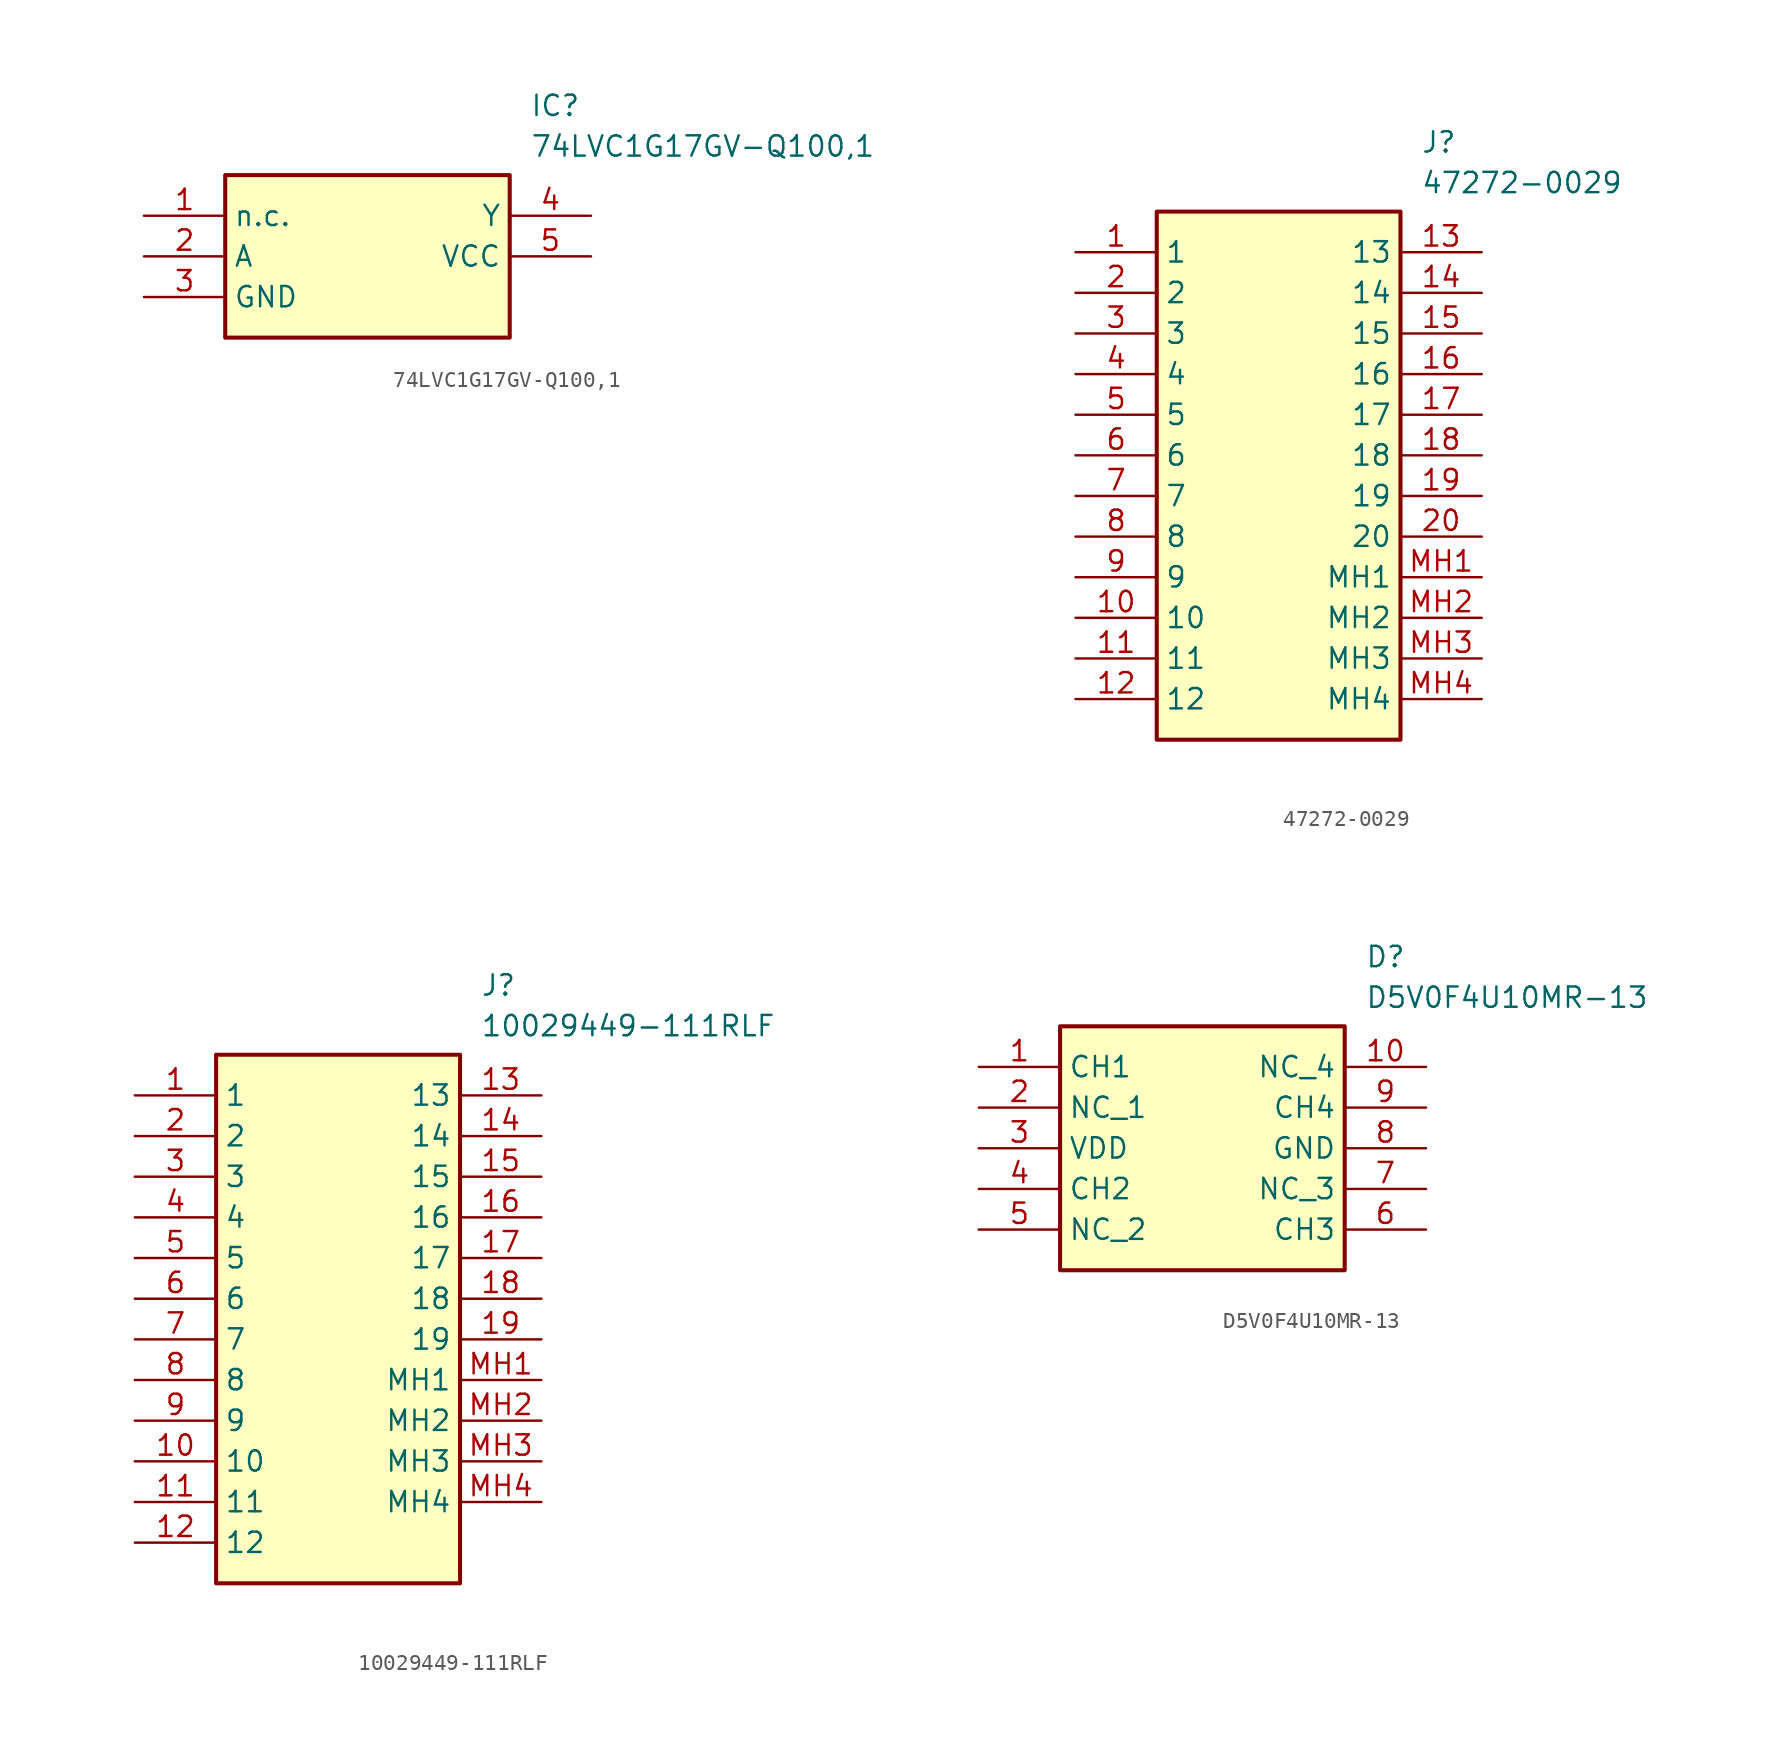
<source format=kicad_sym>
(kicad_symbol_lib
  (version 20220914)
  (generator SamacSys_ECAD_Model)
  (symbol "74LVC1G17GV-Q100,1"
    (property "Reference" "IC"
      (at 24.13 7.62 0)
      (effects (font (size 1.27 1.27)) (justify left top)))
    (property "Value" "74LVC1G17GV-Q100,1"
      (at 24.13 5.08 0)
      (effects (font (size 1.27 1.27)) (justify left top)))
    (rectangle
      (start 5.08 2.54)
      (end 22.86 -7.62)
      (stroke (width 0.254) (type default))
      (fill (type background)))
    (pin passive line
      (at 0 0 0)
      (length 5.08)
      (name "n.c." (effects (font (size 1.27 1.27))))
      (number "1" (effects (font (size 1.27 1.27)))))
    (pin passive line
      (at 0 -2.54 0)
      (length 5.08)
      (name "A" (effects (font (size 1.27 1.27))))
      (number "2" (effects (font (size 1.27 1.27)))))
    (pin passive line
      (at 0 -5.08 0)
      (length 5.08)
      (name "GND" (effects (font (size 1.27 1.27))))
      (number "3" (effects (font (size 1.27 1.27)))))
    (pin passive line
      (at 27.94 0 180)
      (length 5.08)
      (name "Y" (effects (font (size 1.27 1.27))))
      (number "4" (effects (font (size 1.27 1.27)))))
    (pin passive line
      (at 27.94 -2.54 180)
      (length 5.08)
      (name "VCC" (effects (font (size 1.27 1.27))))
      (number "5" (effects (font (size 1.27 1.27))))))
  (symbol "47272-0029"
    (property "Reference" "J"
      (at 21.59 7.62 0)
      (effects (font (size 1.27 1.27)) (justify left top)))
    (property "Value" "47272-0029"
      (at 21.59 5.08 0)
      (effects (font (size 1.27 1.27)) (justify left top)))
    (rectangle
      (start 5.08 2.54)
      (end 20.32 -30.48)
      (stroke (width 0.254) (type default))
      (fill (type background)))
    (pin passive line
      (at 0 0 0)
      (length 5.08)
      (name "1" (effects (font (size 1.27 1.27))))
      (number "1" (effects (font (size 1.27 1.27)))))
    (pin passive line
      (at 0 -2.54 0)
      (length 5.08)
      (name "2" (effects (font (size 1.27 1.27))))
      (number "2" (effects (font (size 1.27 1.27)))))
    (pin passive line
      (at 0 -5.08 0)
      (length 5.08)
      (name "3" (effects (font (size 1.27 1.27))))
      (number "3" (effects (font (size 1.27 1.27)))))
    (pin passive line
      (at 0 -7.62 0)
      (length 5.08)
      (name "4" (effects (font (size 1.27 1.27))))
      (number "4" (effects (font (size 1.27 1.27)))))
    (pin passive line
      (at 0 -10.16 0)
      (length 5.08)
      (name "5" (effects (font (size 1.27 1.27))))
      (number "5" (effects (font (size 1.27 1.27)))))
    (pin passive line
      (at 0 -12.7 0)
      (length 5.08)
      (name "6" (effects (font (size 1.27 1.27))))
      (number "6" (effects (font (size 1.27 1.27)))))
    (pin passive line
      (at 0 -15.24 0)
      (length 5.08)
      (name "7" (effects (font (size 1.27 1.27))))
      (number "7" (effects (font (size 1.27 1.27)))))
    (pin passive line
      (at 0 -17.78 0)
      (length 5.08)
      (name "8" (effects (font (size 1.27 1.27))))
      (number "8" (effects (font (size 1.27 1.27)))))
    (pin passive line
      (at 0 -20.32 0)
      (length 5.08)
      (name "9" (effects (font (size 1.27 1.27))))
      (number "9" (effects (font (size 1.27 1.27)))))
    (pin passive line
      (at 0 -22.86 0)
      (length 5.08)
      (name "10" (effects (font (size 1.27 1.27))))
      (number "10" (effects (font (size 1.27 1.27)))))
    (pin passive line
      (at 0 -25.4 0)
      (length 5.08)
      (name "11" (effects (font (size 1.27 1.27))))
      (number "11" (effects (font (size 1.27 1.27)))))
    (pin passive line
      (at 0 -27.94 0)
      (length 5.08)
      (name "12" (effects (font (size 1.27 1.27))))
      (number "12" (effects (font (size 1.27 1.27)))))
    (pin passive line
      (at 25.4 0 180)
      (length 5.08)
      (name "13" (effects (font (size 1.27 1.27))))
      (number "13" (effects (font (size 1.27 1.27)))))
    (pin passive line
      (at 25.4 -2.54 180)
      (length 5.08)
      (name "14" (effects (font (size 1.27 1.27))))
      (number "14" (effects (font (size 1.27 1.27)))))
    (pin passive line
      (at 25.4 -5.08 180)
      (length 5.08)
      (name "15" (effects (font (size 1.27 1.27))))
      (number "15" (effects (font (size 1.27 1.27)))))
    (pin passive line
      (at 25.4 -7.62 180)
      (length 5.08)
      (name "16" (effects (font (size 1.27 1.27))))
      (number "16" (effects (font (size 1.27 1.27)))))
    (pin passive line
      (at 25.4 -10.16 180)
      (length 5.08)
      (name "17" (effects (font (size 1.27 1.27))))
      (number "17" (effects (font (size 1.27 1.27)))))
    (pin passive line
      (at 25.4 -12.7 180)
      (length 5.08)
      (name "18" (effects (font (size 1.27 1.27))))
      (number "18" (effects (font (size 1.27 1.27)))))
    (pin passive line
      (at 25.4 -15.24 180)
      (length 5.08)
      (name "19" (effects (font (size 1.27 1.27))))
      (number "19" (effects (font (size 1.27 1.27)))))
    (pin passive line
      (at 25.4 -17.78 180)
      (length 5.08)
      (name "20" (effects (font (size 1.27 1.27))))
      (number "20" (effects (font (size 1.27 1.27)))))
    (pin passive line
      (at 25.4 -20.32 180)
      (length 5.08)
      (name "MH1" (effects (font (size 1.27 1.27))))
      (number "MH1" (effects (font (size 1.27 1.27)))))
    (pin passive line
      (at 25.4 -22.86 180)
      (length 5.08)
      (name "MH2" (effects (font (size 1.27 1.27))))
      (number "MH2" (effects (font (size 1.27 1.27)))))
    (pin passive line
      (at 25.4 -25.4 180)
      (length 5.08)
      (name "MH3" (effects (font (size 1.27 1.27))))
      (number "MH3" (effects (font (size 1.27 1.27)))))
    (pin passive line
      (at 25.4 -27.94 180)
      (length 5.08)
      (name "MH4" (effects (font (size 1.27 1.27))))
      (number "MH4" (effects (font (size 1.27 1.27))))))
  (symbol "10029449-111RLF"
    (property "Reference" "J"
      (at 21.59 7.62 0)
      (effects (font (size 1.27 1.27)) (justify left top)))
    (property "Value" "10029449-111RLF"
      (at 21.59 5.08 0)
      (effects (font (size 1.27 1.27)) (justify left top)))
    (rectangle
      (start 5.08 2.54)
      (end 20.32 -30.48)
      (stroke (width 0.254) (type default))
      (fill (type background)))
    (pin passive line
      (at 0 0 0)
      (length 5.08)
      (name "1" (effects (font (size 1.27 1.27))))
      (number "1" (effects (font (size 1.27 1.27)))))
    (pin passive line
      (at 0 -2.54 0)
      (length 5.08)
      (name "2" (effects (font (size 1.27 1.27))))
      (number "2" (effects (font (size 1.27 1.27)))))
    (pin passive line
      (at 0 -5.08 0)
      (length 5.08)
      (name "3" (effects (font (size 1.27 1.27))))
      (number "3" (effects (font (size 1.27 1.27)))))
    (pin passive line
      (at 0 -7.62 0)
      (length 5.08)
      (name "4" (effects (font (size 1.27 1.27))))
      (number "4" (effects (font (size 1.27 1.27)))))
    (pin passive line
      (at 0 -10.16 0)
      (length 5.08)
      (name "5" (effects (font (size 1.27 1.27))))
      (number "5" (effects (font (size 1.27 1.27)))))
    (pin passive line
      (at 0 -12.7 0)
      (length 5.08)
      (name "6" (effects (font (size 1.27 1.27))))
      (number "6" (effects (font (size 1.27 1.27)))))
    (pin passive line
      (at 0 -15.24 0)
      (length 5.08)
      (name "7" (effects (font (size 1.27 1.27))))
      (number "7" (effects (font (size 1.27 1.27)))))
    (pin passive line
      (at 0 -17.78 0)
      (length 5.08)
      (name "8" (effects (font (size 1.27 1.27))))
      (number "8" (effects (font (size 1.27 1.27)))))
    (pin passive line
      (at 0 -20.32 0)
      (length 5.08)
      (name "9" (effects (font (size 1.27 1.27))))
      (number "9" (effects (font (size 1.27 1.27)))))
    (pin passive line
      (at 0 -22.86 0)
      (length 5.08)
      (name "10" (effects (font (size 1.27 1.27))))
      (number "10" (effects (font (size 1.27 1.27)))))
    (pin passive line
      (at 0 -25.4 0)
      (length 5.08)
      (name "11" (effects (font (size 1.27 1.27))))
      (number "11" (effects (font (size 1.27 1.27)))))
    (pin passive line
      (at 0 -27.94 0)
      (length 5.08)
      (name "12" (effects (font (size 1.27 1.27))))
      (number "12" (effects (font (size 1.27 1.27)))))
    (pin passive line
      (at 25.4 0 180)
      (length 5.08)
      (name "13" (effects (font (size 1.27 1.27))))
      (number "13" (effects (font (size 1.27 1.27)))))
    (pin passive line
      (at 25.4 -2.54 180)
      (length 5.08)
      (name "14" (effects (font (size 1.27 1.27))))
      (number "14" (effects (font (size 1.27 1.27)))))
    (pin passive line
      (at 25.4 -5.08 180)
      (length 5.08)
      (name "15" (effects (font (size 1.27 1.27))))
      (number "15" (effects (font (size 1.27 1.27)))))
    (pin passive line
      (at 25.4 -7.62 180)
      (length 5.08)
      (name "16" (effects (font (size 1.27 1.27))))
      (number "16" (effects (font (size 1.27 1.27)))))
    (pin passive line
      (at 25.4 -10.16 180)
      (length 5.08)
      (name "17" (effects (font (size 1.27 1.27))))
      (number "17" (effects (font (size 1.27 1.27)))))
    (pin passive line
      (at 25.4 -12.7 180)
      (length 5.08)
      (name "18" (effects (font (size 1.27 1.27))))
      (number "18" (effects (font (size 1.27 1.27)))))
    (pin passive line
      (at 25.4 -15.24 180)
      (length 5.08)
      (name "19" (effects (font (size 1.27 1.27))))
      (number "19" (effects (font (size 1.27 1.27)))))
    (pin passive line
      (at 25.4 -17.78 180)
      (length 5.08)
      (name "MH1" (effects (font (size 1.27 1.27))))
      (number "MH1" (effects (font (size 1.27 1.27)))))
    (pin passive line
      (at 25.4 -20.32 180)
      (length 5.08)
      (name "MH2" (effects (font (size 1.27 1.27))))
      (number "MH2" (effects (font (size 1.27 1.27)))))
    (pin passive line
      (at 25.4 -22.86 180)
      (length 5.08)
      (name "MH3" (effects (font (size 1.27 1.27))))
      (number "MH3" (effects (font (size 1.27 1.27)))))
    (pin passive line
      (at 25.4 -25.4 180)
      (length 5.08)
      (name "MH4" (effects (font (size 1.27 1.27))))
      (number "MH4" (effects (font (size 1.27 1.27))))))
  (symbol "D5V0F4U10MR-13"
    (property "Reference" "D"
      (at 24.13 7.62 0)
      (effects (font (size 1.27 1.27)) (justify left top)))
    (property "Value" "D5V0F4U10MR-13"
      (at 24.13 5.08 0)
      (effects (font (size 1.27 1.27)) (justify left top)))
    (rectangle
      (start 5.08 2.54)
      (end 22.86 -12.7)
      (stroke (width 0.254) (type default))
      (fill (type background)))
    (pin input line
      (at 0 0 0)
      (length 5.08)
      (name "CH1" (effects (font (size 1.27 1.27))))
      (number "1" (effects (font (size 1.27 1.27)))))
    (pin passive line
      (at 0 -2.54 0)
      (length 5.08)
      (name "NC_1" (effects (font (size 1.27 1.27))))
      (number "2" (effects (font (size 1.27 1.27)))))
    (pin power_in line
      (at 0 -5.08 0)
      (length 5.08)
      (name "VDD" (effects (font (size 1.27 1.27))))
      (number "3" (effects (font (size 1.27 1.27)))))
    (pin input line
      (at 0 -7.62 0)
      (length 5.08)
      (name "CH2" (effects (font (size 1.27 1.27))))
      (number "4" (effects (font (size 1.27 1.27)))))
    (pin passive line
      (at 0 -10.16 0)
      (length 5.08)
      (name "NC_2" (effects (font (size 1.27 1.27))))
      (number "5" (effects (font (size 1.27 1.27)))))
    (pin passive line
      (at 27.94 0 180)
      (length 5.08)
      (name "NC_4" (effects (font (size 1.27 1.27))))
      (number "10" (effects (font (size 1.27 1.27)))))
    (pin input line
      (at 27.94 -2.54 180)
      (length 5.08)
      (name "CH4" (effects (font (size 1.27 1.27))))
      (number "9" (effects (font (size 1.27 1.27)))))
    (pin power_in line
      (at 27.94 -5.08 180)
      (length 5.08)
      (name "GND" (effects (font (size 1.27 1.27))))
      (number "8" (effects (font (size 1.27 1.27)))))
    (pin passive line
      (at 27.94 -7.62 180)
      (length 5.08)
      (name "NC_3" (effects (font (size 1.27 1.27))))
      (number "7" (effects (font (size 1.27 1.27)))))
    (pin input line
      (at 27.94 -10.16 180)
      (length 5.08)
      (name "CH3" (effects (font (size 1.27 1.27))))
      (number "6" (effects (font (size 1.27 1.27)))))))
</source>
